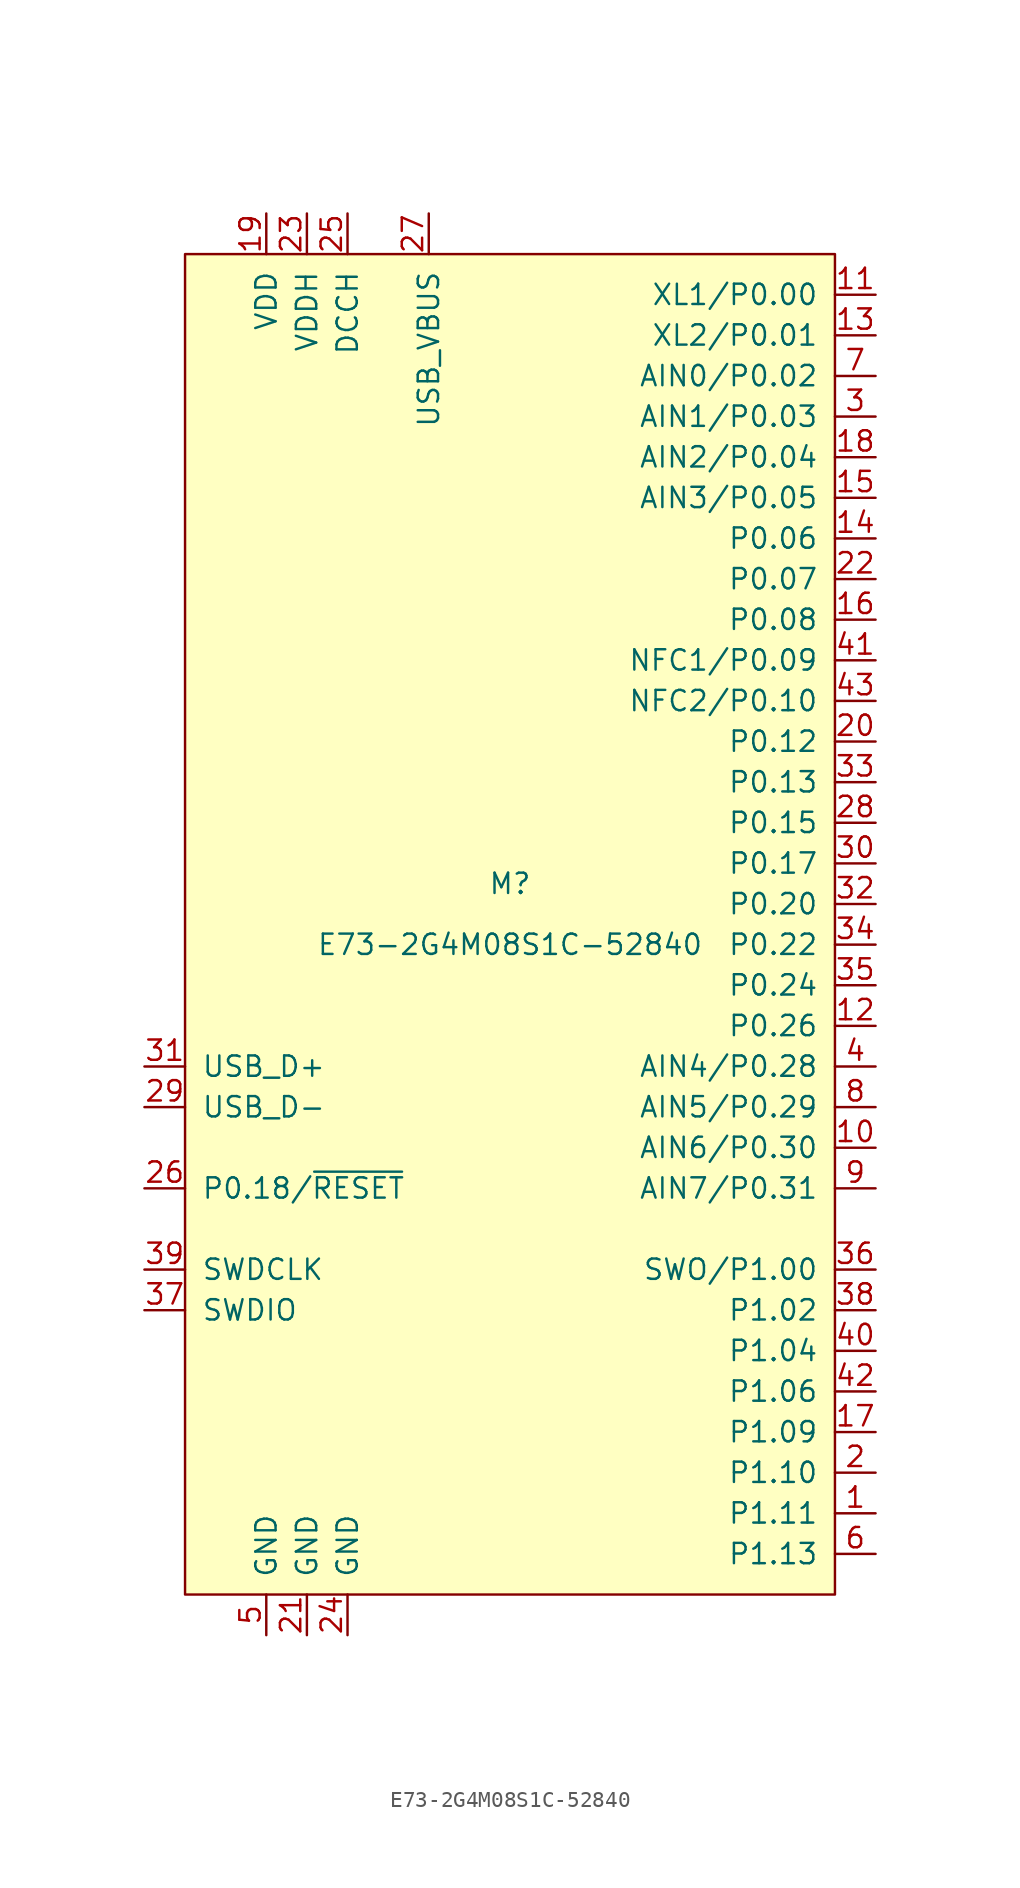
<source format=kicad_sym>
(kicad_symbol_lib
  (version 20241209)
  (generator "kicad_symbol_editor")
  (generator_version "9.0")
  (symbol "E73-2G4M08S1C-52840"
    (pin_names
      (offset 1.016))
    (property "Reference" "M"
      (at 0 3.81 0)
      (effects (font (size 1.27 1.27))))
    (property "Value" "E73-2G4M08S1C-52840"
      (at 0 0 0)
      (effects (font (size 1.27 1.27))))
    (symbol "E73-2G4M08S1C-52840_0_1"
      (rectangle (start 20.32 43.18) (end -20.32 -40.64) (stroke (width 0) (type solid)) (fill (type background))))
    (symbol "E73-2G4M08S1C-52840_1_1"
      (pin bidirectional line (at -22.86 -7.62 0) (length 2.54) (name "USB_D+" (effects (font (size 1.27 1.27)))) (number "31" (effects (font (size 1.27 1.27)))))
      (pin bidirectional line (at -22.86 -10.16 0) (length 2.54) (name "USB_D-" (effects (font (size 1.27 1.27)))) (number "29" (effects (font (size 1.27 1.27)))))
      (pin bidirectional line (at -22.86 -15.24 0) (length 2.54) (name "P0.18/~{RESET}" (effects (font (size 1.27 1.27)))) (number "26" (effects (font (size 1.27 1.27)))))
      (pin bidirectional line (at -22.86 -20.32 0) (length 2.54) (name "SWDCLK" (effects (font (size 1.27 1.27)))) (number "39" (effects (font (size 1.27 1.27)))))
      (pin bidirectional line (at -22.86 -22.86 0) (length 2.54) (name "SWDIO" (effects (font (size 1.27 1.27)))) (number "37" (effects (font (size 1.27 1.27)))))
      (pin power_in line (at -15.24 45.72 270) (length 2.54) (name "VDD" (effects (font (size 1.27 1.27)))) (number "19" (effects (font (size 1.27 1.27)))))
      (pin power_in line (at -15.24 -43.18 90) (length 2.54) (name "GND" (effects (font (size 1.27 1.27)))) (number "5" (effects (font (size 1.27 1.27)))))
      (pin power_in line (at -12.7 45.72 270) (length 2.54) (name "VDDH" (effects (font (size 1.27 1.27)))) (number "23" (effects (font (size 1.27 1.27)))))
      (pin power_in line (at -12.7 -43.18 90) (length 2.54) (name "GND" (effects (font (size 1.27 1.27)))) (number "21" (effects (font (size 1.27 1.27)))))
      (pin power_out line (at -10.16 45.72 270) (length 2.54) (name "DCCH" (effects (font (size 1.27 1.27)))) (number "25" (effects (font (size 1.27 1.27)))))
      (pin power_in line (at -10.16 -43.18 90) (length 2.54) (name "GND" (effects (font (size 1.27 1.27)))) (number "24" (effects (font (size 1.27 1.27)))))
      (pin power_in line (at -5.08 45.72 270) (length 2.54) (name "USB_VBUS" (effects (font (size 1.27 1.27)))) (number "27" (effects (font (size 1.27 1.27)))))
      (pin bidirectional line (at 22.86 40.64 180) (length 2.54) (name "XL1/P0.00" (effects (font (size 1.27 1.27)))) (number "11" (effects (font (size 1.27 1.27)))))
      (pin bidirectional line (at 22.86 38.1 180) (length 2.54) (name "XL2/P0.01" (effects (font (size 1.27 1.27)))) (number "13" (effects (font (size 1.27 1.27)))))
      (pin bidirectional line (at 22.86 35.56 180) (length 2.54) (name "AIN0/P0.02" (effects (font (size 1.27 1.27)))) (number "7" (effects (font (size 1.27 1.27)))))
      (pin bidirectional line (at 22.86 33.02 180) (length 2.54) (name "AIN1/P0.03" (effects (font (size 1.27 1.27)))) (number "3" (effects (font (size 1.27 1.27)))))
      (pin bidirectional line (at 22.86 30.48 180) (length 2.54) (name "AIN2/P0.04" (effects (font (size 1.27 1.27)))) (number "18" (effects (font (size 1.27 1.27)))))
      (pin bidirectional line (at 22.86 27.94 180) (length 2.54) (name "AIN3/P0.05" (effects (font (size 1.27 1.27)))) (number "15" (effects (font (size 1.27 1.27)))))
      (pin bidirectional line (at 22.86 25.4 180) (length 2.54) (name "P0.06" (effects (font (size 1.27 1.27)))) (number "14" (effects (font (size 1.27 1.27)))))
      (pin bidirectional line (at 22.86 22.86 180) (length 2.54) (name "P0.07" (effects (font (size 1.27 1.27)))) (number "22" (effects (font (size 1.27 1.27)))))
      (pin bidirectional line (at 22.86 20.32 180) (length 2.54) (name "P0.08" (effects (font (size 1.27 1.27)))) (number "16" (effects (font (size 1.27 1.27)))))
      (pin bidirectional line (at 22.86 17.78 180) (length 2.54) (name "NFC1/P0.09" (effects (font (size 1.27 1.27)))) (number "41" (effects (font (size 1.27 1.27)))))
      (pin bidirectional line (at 22.86 15.24 180) (length 2.54) (name "NFC2/P0.10" (effects (font (size 1.27 1.27)))) (number "43" (effects (font (size 1.27 1.27)))))
      (pin bidirectional line (at 22.86 12.7 180) (length 2.54) (name "P0.12" (effects (font (size 1.27 1.27)))) (number "20" (effects (font (size 1.27 1.27)))))
      (pin bidirectional line (at 22.86 10.16 180) (length 2.54) (name "P0.13" (effects (font (size 1.27 1.27)))) (number "33" (effects (font (size 1.27 1.27)))))
      (pin bidirectional line (at 22.86 7.62 180) (length 2.54) (name "P0.15" (effects (font (size 1.27 1.27)))) (number "28" (effects (font (size 1.27 1.27)))))
      (pin bidirectional line (at 22.86 5.08 180) (length 2.54) (name "P0.17" (effects (font (size 1.27 1.27)))) (number "30" (effects (font (size 1.27 1.27)))))
      (pin bidirectional line (at 22.86 2.54 180) (length 2.54) (name "P0.20" (effects (font (size 1.27 1.27)))) (number "32" (effects (font (size 1.27 1.27)))))
      (pin bidirectional line (at 22.86 0 180) (length 2.54) (name "P0.22" (effects (font (size 1.27 1.27)))) (number "34" (effects (font (size 1.27 1.27)))))
      (pin bidirectional line (at 22.86 -2.54 180) (length 2.54) (name "P0.24" (effects (font (size 1.27 1.27)))) (number "35" (effects (font (size 1.27 1.27)))))
      (pin bidirectional line (at 22.86 -5.08 180) (length 2.54) (name "P0.26" (effects (font (size 1.27 1.27)))) (number "12" (effects (font (size 1.27 1.27)))))
      (pin bidirectional line (at 22.86 -7.62 180) (length 2.54) (name "AIN4/P0.28" (effects (font (size 1.27 1.27)))) (number "4" (effects (font (size 1.27 1.27)))))
      (pin bidirectional line (at 22.86 -10.16 180) (length 2.54) (name "AIN5/P0.29" (effects (font (size 1.27 1.27)))) (number "8" (effects (font (size 1.27 1.27)))))
      (pin bidirectional line (at 22.86 -12.7 180) (length 2.54) (name "AIN6/P0.30" (effects (font (size 1.27 1.27)))) (number "10" (effects (font (size 1.27 1.27)))))
      (pin bidirectional line (at 22.86 -15.24 180) (length 2.54) (name "AIN7/P0.31" (effects (font (size 1.27 1.27)))) (number "9" (effects (font (size 1.27 1.27)))))
      (pin bidirectional line (at 22.86 -20.32 180) (length 2.54) (name "SWO/P1.00" (effects (font (size 1.27 1.27)))) (number "36" (effects (font (size 1.27 1.27)))))
      (pin bidirectional line (at 22.86 -22.86 180) (length 2.54) (name "P1.02" (effects (font (size 1.27 1.27)))) (number "38" (effects (font (size 1.27 1.27)))))
      (pin bidirectional line (at 22.86 -25.4 180) (length 2.54) (name "P1.04" (effects (font (size 1.27 1.27)))) (number "40" (effects (font (size 1.27 1.27)))))
      (pin bidirectional line (at 22.86 -27.94 180) (length 2.54) (name "P1.06" (effects (font (size 1.27 1.27)))) (number "42" (effects (font (size 1.27 1.27)))))
      (pin bidirectional line (at 22.86 -30.48 180) (length 2.54) (name "P1.09" (effects (font (size 1.27 1.27)))) (number "17" (effects (font (size 1.27 1.27)))))
      (pin bidirectional line (at 22.86 -33.02 180) (length 2.54) (name "P1.10" (effects (font (size 1.27 1.27)))) (number "2" (effects (font (size 1.27 1.27)))))
      (pin bidirectional line (at 22.86 -35.56 180) (length 2.54) (name "P1.11" (effects (font (size 1.27 1.27)))) (number "1" (effects (font (size 1.27 1.27)))))
      (pin bidirectional line (at 22.86 -38.1 180) (length 2.54) (name "P1.13" (effects (font (size 1.27 1.27)))) (number "6" (effects (font (size 1.27 1.27))))))))
</source>
